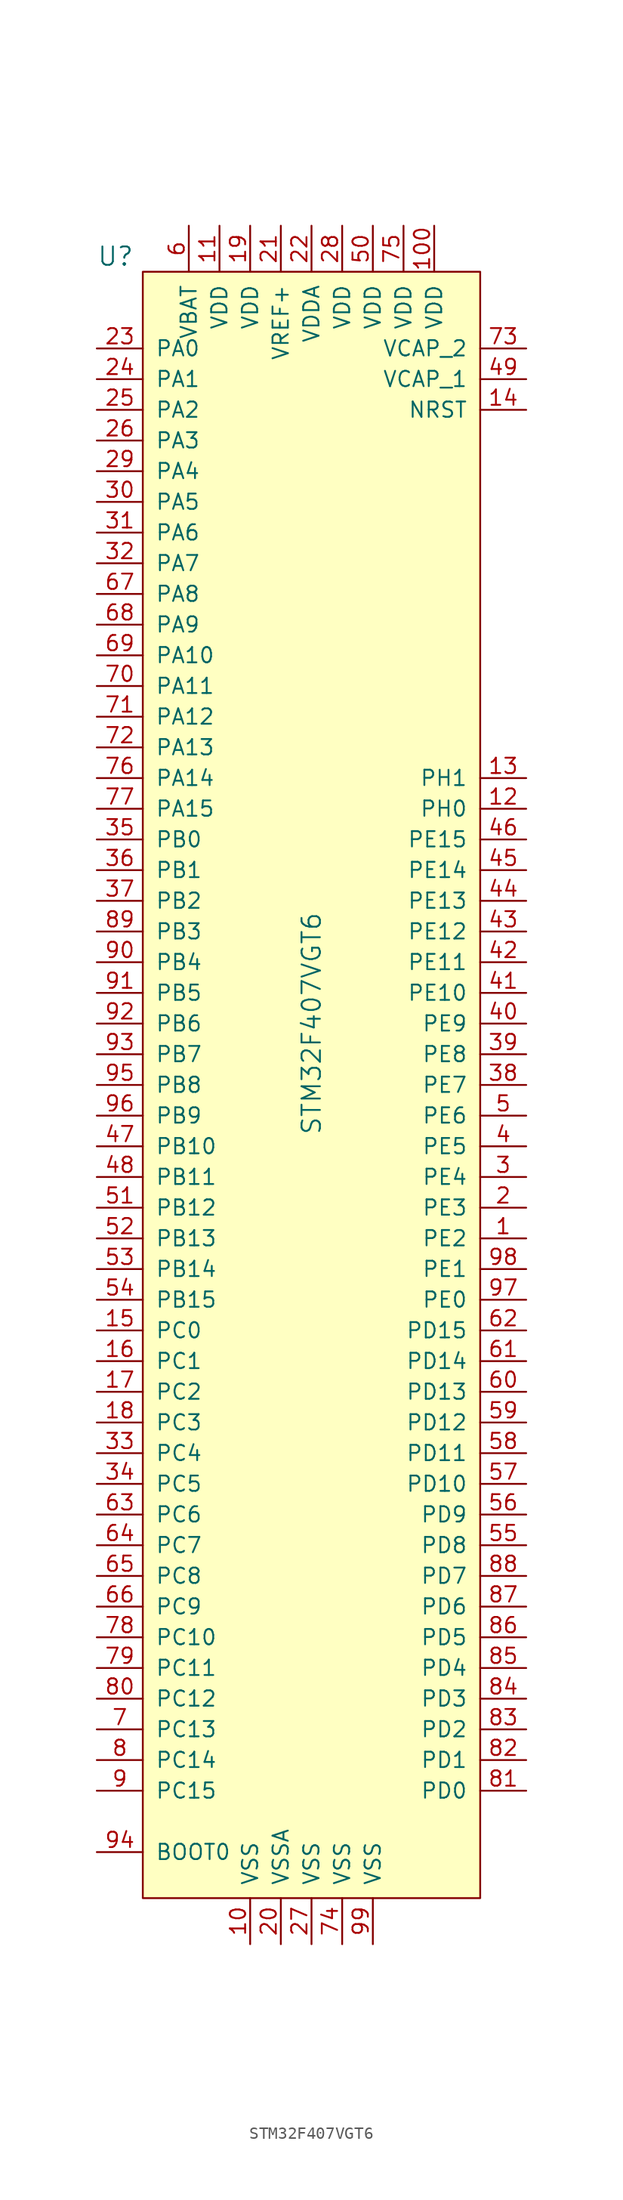
<source format=kicad_sym>
(kicad_symbol_lib
  (version 20211014)
  (generator kicad_symbol_editor)
  (symbol "STM32F407VGT6"
    (pin_names
      (offset 1.016))
    (property "Reference" "U"
      (at -17.78 60.96 0)
      (effects (font (size 1.524 1.524)) (justify left)))
    (property "Value" "STM32F407VGT6"
      (at 0 -2.54 90)
      (effects (font (size 1.524 1.524))))
    (symbol "STM32F407VGT6_0_1"
      (rectangle (start -13.97 59.69) (end 13.97 -74.93) (stroke (width 0) (type default) (color 0 0 0 0)) (fill (type background))))
    (symbol "STM32F407VGT6_1_1"
      (pin bidirectional line (at 17.78 -20.32 180) (length 3.81) (name "PE2" (effects (font (size 1.27 1.27)))) (number "1" (effects (font (size 1.27 1.27)))))
      (pin power_in line (at -5.08 -78.74 90) (length 3.81) (name "VSS" (effects (font (size 1.27 1.27)))) (number "10" (effects (font (size 1.27 1.27)))))
      (pin power_in line (at 10.16 63.5 270) (length 3.81) (name "VDD" (effects (font (size 1.27 1.27)))) (number "100" (effects (font (size 1.27 1.27)))))
      (pin power_in line (at -7.62 63.5 270) (length 3.81) (name "VDD" (effects (font (size 1.27 1.27)))) (number "11" (effects (font (size 1.27 1.27)))))
      (pin bidirectional line (at 17.78 15.24 180) (length 3.81) (name "PH0" (effects (font (size 1.27 1.27)))) (number "12" (effects (font (size 1.27 1.27)))))
      (pin bidirectional line (at 17.78 17.78 180) (length 3.81) (name "PH1" (effects (font (size 1.27 1.27)))) (number "13" (effects (font (size 1.27 1.27)))))
      (pin bidirectional line (at 17.78 48.26 180) (length 3.81) (name "NRST" (effects (font (size 1.27 1.27)))) (number "14" (effects (font (size 1.27 1.27)))))
      (pin bidirectional line (at -17.78 -27.94 0) (length 3.81) (name "PC0" (effects (font (size 1.27 1.27)))) (number "15" (effects (font (size 1.27 1.27)))))
      (pin bidirectional line (at -17.78 -30.48 0) (length 3.81) (name "PC1" (effects (font (size 1.27 1.27)))) (number "16" (effects (font (size 1.27 1.27)))))
      (pin bidirectional line (at -17.78 -33.02 0) (length 3.81) (name "PC2" (effects (font (size 1.27 1.27)))) (number "17" (effects (font (size 1.27 1.27)))))
      (pin bidirectional line (at -17.78 -35.56 0) (length 3.81) (name "PC3" (effects (font (size 1.27 1.27)))) (number "18" (effects (font (size 1.27 1.27)))))
      (pin power_in line (at -5.08 63.5 270) (length 3.81) (name "VDD" (effects (font (size 1.27 1.27)))) (number "19" (effects (font (size 1.27 1.27)))))
      (pin bidirectional line (at 17.78 -17.78 180) (length 3.81) (name "PE3" (effects (font (size 1.27 1.27)))) (number "2" (effects (font (size 1.27 1.27)))))
      (pin power_in line (at -2.54 -78.74 90) (length 3.81) (name "VSSA" (effects (font (size 1.27 1.27)))) (number "20" (effects (font (size 1.27 1.27)))))
      (pin power_in line (at -2.54 63.5 270) (length 3.81) (name "VREF+" (effects (font (size 1.27 1.27)))) (number "21" (effects (font (size 1.27 1.27)))))
      (pin power_in line (at 0 63.5 270) (length 3.81) (name "VDDA" (effects (font (size 1.27 1.27)))) (number "22" (effects (font (size 1.27 1.27)))))
      (pin bidirectional line (at -17.78 53.34 0) (length 3.81) (name "PA0" (effects (font (size 1.27 1.27)))) (number "23" (effects (font (size 1.27 1.27)))))
      (pin bidirectional line (at -17.78 50.8 0) (length 3.81) (name "PA1" (effects (font (size 1.27 1.27)))) (number "24" (effects (font (size 1.27 1.27)))))
      (pin bidirectional line (at -17.78 48.26 0) (length 3.81) (name "PA2" (effects (font (size 1.27 1.27)))) (number "25" (effects (font (size 1.27 1.27)))))
      (pin bidirectional line (at -17.78 45.72 0) (length 3.81) (name "PA3" (effects (font (size 1.27 1.27)))) (number "26" (effects (font (size 1.27 1.27)))))
      (pin power_in line (at 0 -78.74 90) (length 3.81) (name "VSS" (effects (font (size 1.27 1.27)))) (number "27" (effects (font (size 1.27 1.27)))))
      (pin power_in line (at 2.54 63.5 270) (length 3.81) (name "VDD" (effects (font (size 1.27 1.27)))) (number "28" (effects (font (size 1.27 1.27)))))
      (pin bidirectional line (at -17.78 43.18 0) (length 3.81) (name "PA4" (effects (font (size 1.27 1.27)))) (number "29" (effects (font (size 1.27 1.27)))))
      (pin bidirectional line (at 17.78 -15.24 180) (length 3.81) (name "PE4" (effects (font (size 1.27 1.27)))) (number "3" (effects (font (size 1.27 1.27)))))
      (pin bidirectional line (at -17.78 40.64 0) (length 3.81) (name "PA5" (effects (font (size 1.27 1.27)))) (number "30" (effects (font (size 1.27 1.27)))))
      (pin bidirectional line (at -17.78 38.1 0) (length 3.81) (name "PA6" (effects (font (size 1.27 1.27)))) (number "31" (effects (font (size 1.27 1.27)))))
      (pin bidirectional line (at -17.78 35.56 0) (length 3.81) (name "PA7" (effects (font (size 1.27 1.27)))) (number "32" (effects (font (size 1.27 1.27)))))
      (pin bidirectional line (at -17.78 -38.1 0) (length 3.81) (name "PC4" (effects (font (size 1.27 1.27)))) (number "33" (effects (font (size 1.27 1.27)))))
      (pin bidirectional line (at -17.78 -40.64 0) (length 3.81) (name "PC5" (effects (font (size 1.27 1.27)))) (number "34" (effects (font (size 1.27 1.27)))))
      (pin bidirectional line (at -17.78 12.7 0) (length 3.81) (name "PB0" (effects (font (size 1.27 1.27)))) (number "35" (effects (font (size 1.27 1.27)))))
      (pin bidirectional line (at -17.78 10.16 0) (length 3.81) (name "PB1" (effects (font (size 1.27 1.27)))) (number "36" (effects (font (size 1.27 1.27)))))
      (pin bidirectional line (at -17.78 7.62 0) (length 3.81) (name "PB2" (effects (font (size 1.27 1.27)))) (number "37" (effects (font (size 1.27 1.27)))))
      (pin bidirectional line (at 17.78 -7.62 180) (length 3.81) (name "PE7" (effects (font (size 1.27 1.27)))) (number "38" (effects (font (size 1.27 1.27)))))
      (pin bidirectional line (at 17.78 -5.08 180) (length 3.81) (name "PE8" (effects (font (size 1.27 1.27)))) (number "39" (effects (font (size 1.27 1.27)))))
      (pin bidirectional line (at 17.78 -12.7 180) (length 3.81) (name "PE5" (effects (font (size 1.27 1.27)))) (number "4" (effects (font (size 1.27 1.27)))))
      (pin bidirectional line (at 17.78 -2.54 180) (length 3.81) (name "PE9" (effects (font (size 1.27 1.27)))) (number "40" (effects (font (size 1.27 1.27)))))
      (pin bidirectional line (at 17.78 0 180) (length 3.81) (name "PE10" (effects (font (size 1.27 1.27)))) (number "41" (effects (font (size 1.27 1.27)))))
      (pin bidirectional line (at 17.78 2.54 180) (length 3.81) (name "PE11" (effects (font (size 1.27 1.27)))) (number "42" (effects (font (size 1.27 1.27)))))
      (pin bidirectional line (at 17.78 5.08 180) (length 3.81) (name "PE12" (effects (font (size 1.27 1.27)))) (number "43" (effects (font (size 1.27 1.27)))))
      (pin bidirectional line (at 17.78 7.62 180) (length 3.81) (name "PE13" (effects (font (size 1.27 1.27)))) (number "44" (effects (font (size 1.27 1.27)))))
      (pin bidirectional line (at 17.78 10.16 180) (length 3.81) (name "PE14" (effects (font (size 1.27 1.27)))) (number "45" (effects (font (size 1.27 1.27)))))
      (pin bidirectional line (at 17.78 12.7 180) (length 3.81) (name "PE15" (effects (font (size 1.27 1.27)))) (number "46" (effects (font (size 1.27 1.27)))))
      (pin bidirectional line (at -17.78 -12.7 0) (length 3.81) (name "PB10" (effects (font (size 1.27 1.27)))) (number "47" (effects (font (size 1.27 1.27)))))
      (pin bidirectional line (at -17.78 -15.24 0) (length 3.81) (name "PB11" (effects (font (size 1.27 1.27)))) (number "48" (effects (font (size 1.27 1.27)))))
      (pin passive line (at 17.78 50.8 180) (length 3.81) (name "VCAP_1" (effects (font (size 1.27 1.27)))) (number "49" (effects (font (size 1.27 1.27)))))
      (pin bidirectional line (at 17.78 -10.16 180) (length 3.81) (name "PE6" (effects (font (size 1.27 1.27)))) (number "5" (effects (font (size 1.27 1.27)))))
      (pin power_in line (at 5.08 63.5 270) (length 3.81) (name "VDD" (effects (font (size 1.27 1.27)))) (number "50" (effects (font (size 1.27 1.27)))))
      (pin bidirectional line (at -17.78 -17.78 0) (length 3.81) (name "PB12" (effects (font (size 1.27 1.27)))) (number "51" (effects (font (size 1.27 1.27)))))
      (pin bidirectional line (at -17.78 -20.32 0) (length 3.81) (name "PB13" (effects (font (size 1.27 1.27)))) (number "52" (effects (font (size 1.27 1.27)))))
      (pin bidirectional line (at -17.78 -22.86 0) (length 3.81) (name "PB14" (effects (font (size 1.27 1.27)))) (number "53" (effects (font (size 1.27 1.27)))))
      (pin bidirectional line (at -17.78 -25.4 0) (length 3.81) (name "PB15" (effects (font (size 1.27 1.27)))) (number "54" (effects (font (size 1.27 1.27)))))
      (pin bidirectional line (at 17.78 -45.72 180) (length 3.81) (name "PD8" (effects (font (size 1.27 1.27)))) (number "55" (effects (font (size 1.27 1.27)))))
      (pin bidirectional line (at 17.78 -43.18 180) (length 3.81) (name "PD9" (effects (font (size 1.27 1.27)))) (number "56" (effects (font (size 1.27 1.27)))))
      (pin bidirectional line (at 17.78 -40.64 180) (length 3.81) (name "PD10" (effects (font (size 1.27 1.27)))) (number "57" (effects (font (size 1.27 1.27)))))
      (pin bidirectional line (at 17.78 -38.1 180) (length 3.81) (name "PD11" (effects (font (size 1.27 1.27)))) (number "58" (effects (font (size 1.27 1.27)))))
      (pin bidirectional line (at 17.78 -35.56 180) (length 3.81) (name "PD12" (effects (font (size 1.27 1.27)))) (number "59" (effects (font (size 1.27 1.27)))))
      (pin power_in line (at -10.16 63.5 270) (length 3.81) (name "VBAT" (effects (font (size 1.27 1.27)))) (number "6" (effects (font (size 1.27 1.27)))))
      (pin bidirectional line (at 17.78 -33.02 180) (length 3.81) (name "PD13" (effects (font (size 1.27 1.27)))) (number "60" (effects (font (size 1.27 1.27)))))
      (pin bidirectional line (at 17.78 -30.48 180) (length 3.81) (name "PD14" (effects (font (size 1.27 1.27)))) (number "61" (effects (font (size 1.27 1.27)))))
      (pin bidirectional line (at 17.78 -27.94 180) (length 3.81) (name "PD15" (effects (font (size 1.27 1.27)))) (number "62" (effects (font (size 1.27 1.27)))))
      (pin bidirectional line (at -17.78 -43.18 0) (length 3.81) (name "PC6" (effects (font (size 1.27 1.27)))) (number "63" (effects (font (size 1.27 1.27)))))
      (pin bidirectional line (at -17.78 -45.72 0) (length 3.81) (name "PC7" (effects (font (size 1.27 1.27)))) (number "64" (effects (font (size 1.27 1.27)))))
      (pin bidirectional line (at -17.78 -48.26 0) (length 3.81) (name "PC8" (effects (font (size 1.27 1.27)))) (number "65" (effects (font (size 1.27 1.27)))))
      (pin bidirectional line (at -17.78 -50.8 0) (length 3.81) (name "PC9" (effects (font (size 1.27 1.27)))) (number "66" (effects (font (size 1.27 1.27)))))
      (pin bidirectional line (at -17.78 33.02 0) (length 3.81) (name "PA8" (effects (font (size 1.27 1.27)))) (number "67" (effects (font (size 1.27 1.27)))))
      (pin bidirectional line (at -17.78 30.48 0) (length 3.81) (name "PA9" (effects (font (size 1.27 1.27)))) (number "68" (effects (font (size 1.27 1.27)))))
      (pin bidirectional line (at -17.78 27.94 0) (length 3.81) (name "PA10" (effects (font (size 1.27 1.27)))) (number "69" (effects (font (size 1.27 1.27)))))
      (pin bidirectional line (at -17.78 -60.96 0) (length 3.81) (name "PC13" (effects (font (size 1.27 1.27)))) (number "7" (effects (font (size 1.27 1.27)))))
      (pin bidirectional line (at -17.78 25.4 0) (length 3.81) (name "PA11" (effects (font (size 1.27 1.27)))) (number "70" (effects (font (size 1.27 1.27)))))
      (pin bidirectional line (at -17.78 22.86 0) (length 3.81) (name "PA12" (effects (font (size 1.27 1.27)))) (number "71" (effects (font (size 1.27 1.27)))))
      (pin bidirectional line (at -17.78 20.32 0) (length 3.81) (name "PA13" (effects (font (size 1.27 1.27)))) (number "72" (effects (font (size 1.27 1.27)))))
      (pin passive line (at 17.78 53.34 180) (length 3.81) (name "VCAP_2" (effects (font (size 1.27 1.27)))) (number "73" (effects (font (size 1.27 1.27)))))
      (pin power_in line (at 2.54 -78.74 90) (length 3.81) (name "VSS" (effects (font (size 1.27 1.27)))) (number "74" (effects (font (size 1.27 1.27)))))
      (pin power_in line (at 7.62 63.5 270) (length 3.81) (name "VDD" (effects (font (size 1.27 1.27)))) (number "75" (effects (font (size 1.27 1.27)))))
      (pin bidirectional line (at -17.78 17.78 0) (length 3.81) (name "PA14" (effects (font (size 1.27 1.27)))) (number "76" (effects (font (size 1.27 1.27)))))
      (pin bidirectional line (at -17.78 15.24 0) (length 3.81) (name "PA15" (effects (font (size 1.27 1.27)))) (number "77" (effects (font (size 1.27 1.27)))))
      (pin bidirectional line (at -17.78 -53.34 0) (length 3.81) (name "PC10" (effects (font (size 1.27 1.27)))) (number "78" (effects (font (size 1.27 1.27)))))
      (pin bidirectional line (at -17.78 -55.88 0) (length 3.81) (name "PC11" (effects (font (size 1.27 1.27)))) (number "79" (effects (font (size 1.27 1.27)))))
      (pin bidirectional line (at -17.78 -63.5 0) (length 3.81) (name "PC14" (effects (font (size 1.27 1.27)))) (number "8" (effects (font (size 1.27 1.27)))))
      (pin bidirectional line (at -17.78 -58.42 0) (length 3.81) (name "PC12" (effects (font (size 1.27 1.27)))) (number "80" (effects (font (size 1.27 1.27)))))
      (pin bidirectional line (at 17.78 -66.04 180) (length 3.81) (name "PD0" (effects (font (size 1.27 1.27)))) (number "81" (effects (font (size 1.27 1.27)))))
      (pin bidirectional line (at 17.78 -63.5 180) (length 3.81) (name "PD1" (effects (font (size 1.27 1.27)))) (number "82" (effects (font (size 1.27 1.27)))))
      (pin bidirectional line (at 17.78 -60.96 180) (length 3.81) (name "PD2" (effects (font (size 1.27 1.27)))) (number "83" (effects (font (size 1.27 1.27)))))
      (pin bidirectional line (at 17.78 -58.42 180) (length 3.81) (name "PD3" (effects (font (size 1.27 1.27)))) (number "84" (effects (font (size 1.27 1.27)))))
      (pin bidirectional line (at 17.78 -55.88 180) (length 3.81) (name "PD4" (effects (font (size 1.27 1.27)))) (number "85" (effects (font (size 1.27 1.27)))))
      (pin bidirectional line (at 17.78 -53.34 180) (length 3.81) (name "PD5" (effects (font (size 1.27 1.27)))) (number "86" (effects (font (size 1.27 1.27)))))
      (pin bidirectional line (at 17.78 -50.8 180) (length 3.81) (name "PD6" (effects (font (size 1.27 1.27)))) (number "87" (effects (font (size 1.27 1.27)))))
      (pin bidirectional line (at 17.78 -48.26 180) (length 3.81) (name "PD7" (effects (font (size 1.27 1.27)))) (number "88" (effects (font (size 1.27 1.27)))))
      (pin bidirectional line (at -17.78 5.08 0) (length 3.81) (name "PB3" (effects (font (size 1.27 1.27)))) (number "89" (effects (font (size 1.27 1.27)))))
      (pin bidirectional line (at -17.78 -66.04 0) (length 3.81) (name "PC15" (effects (font (size 1.27 1.27)))) (number "9" (effects (font (size 1.27 1.27)))))
      (pin bidirectional line (at -17.78 2.54 0) (length 3.81) (name "PB4" (effects (font (size 1.27 1.27)))) (number "90" (effects (font (size 1.27 1.27)))))
      (pin bidirectional line (at -17.78 0 0) (length 3.81) (name "PB5" (effects (font (size 1.27 1.27)))) (number "91" (effects (font (size 1.27 1.27)))))
      (pin bidirectional line (at -17.78 -2.54 0) (length 3.81) (name "PB6" (effects (font (size 1.27 1.27)))) (number "92" (effects (font (size 1.27 1.27)))))
      (pin bidirectional line (at -17.78 -5.08 0) (length 3.81) (name "PB7" (effects (font (size 1.27 1.27)))) (number "93" (effects (font (size 1.27 1.27)))))
      (pin input line (at -17.78 -71.12 0) (length 3.81) (name "BOOT0" (effects (font (size 1.27 1.27)))) (number "94" (effects (font (size 1.27 1.27)))))
      (pin bidirectional line (at -17.78 -7.62 0) (length 3.81) (name "PB8" (effects (font (size 1.27 1.27)))) (number "95" (effects (font (size 1.27 1.27)))))
      (pin bidirectional line (at -17.78 -10.16 0) (length 3.81) (name "PB9" (effects (font (size 1.27 1.27)))) (number "96" (effects (font (size 1.27 1.27)))))
      (pin bidirectional line (at 17.78 -25.4 180) (length 3.81) (name "PE0" (effects (font (size 1.27 1.27)))) (number "97" (effects (font (size 1.27 1.27)))))
      (pin bidirectional line (at 17.78 -22.86 180) (length 3.81) (name "PE1" (effects (font (size 1.27 1.27)))) (number "98" (effects (font (size 1.27 1.27)))))
      (pin power_in line (at 5.08 -78.74 90) (length 3.81) (name "VSS" (effects (font (size 1.27 1.27)))) (number "99" (effects (font (size 1.27 1.27))))))))
</source>
